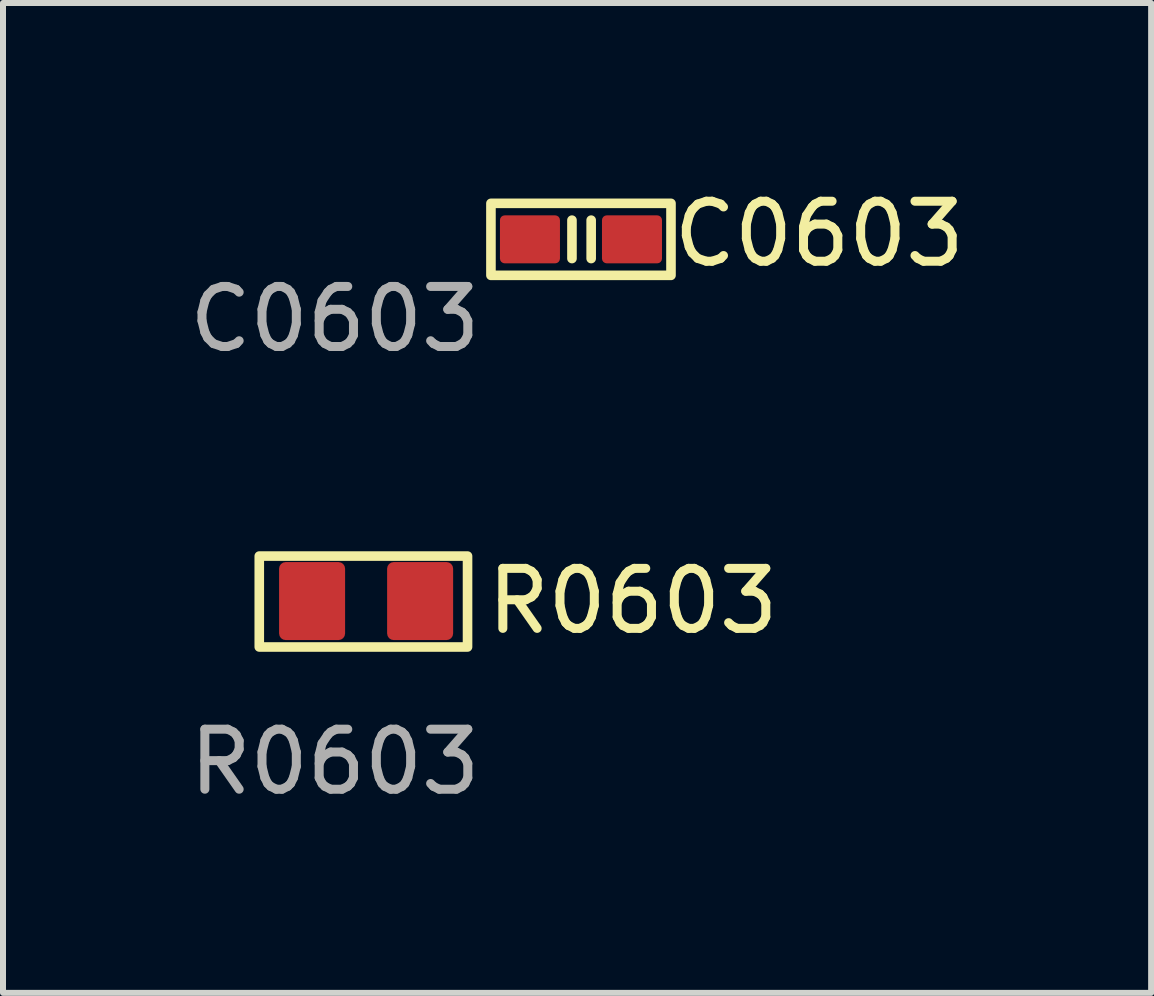
<source format=kicad_pcb>
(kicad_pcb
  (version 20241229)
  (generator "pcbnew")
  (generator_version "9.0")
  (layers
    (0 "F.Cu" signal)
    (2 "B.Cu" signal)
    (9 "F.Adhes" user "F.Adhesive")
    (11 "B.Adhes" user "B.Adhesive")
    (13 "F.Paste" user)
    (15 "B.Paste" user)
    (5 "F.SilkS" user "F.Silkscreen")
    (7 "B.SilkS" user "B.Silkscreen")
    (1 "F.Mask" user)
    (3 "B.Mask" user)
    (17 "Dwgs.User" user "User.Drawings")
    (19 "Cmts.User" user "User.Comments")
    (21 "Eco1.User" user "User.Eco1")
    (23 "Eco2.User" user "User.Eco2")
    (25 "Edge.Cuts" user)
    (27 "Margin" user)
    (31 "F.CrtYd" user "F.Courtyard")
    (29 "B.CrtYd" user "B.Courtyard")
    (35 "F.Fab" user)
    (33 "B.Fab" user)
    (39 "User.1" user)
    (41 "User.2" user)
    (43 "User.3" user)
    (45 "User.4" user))
  (footprint "R0603"
    (layer "F.Cu")
    (at 3.05 6.965)
    (property "Reference" "R0603" (at 4.445 0 0) (unlocked yes) (layer "F.SilkS") (effects (font (size 1 1) (thickness 0.15))))
    (attr smd)
    (fp_rect (start -1.78 -0.75) (end 1.69 0.765) (stroke (width 0.16) (type solid)) (fill no) (layer "F.SilkS"))
    (fp_text user "${REFERENCE}" (at -0.52 2.68 0) (unlocked yes) (layer "F.Fab") (effects (font (size 1 1) (thickness 0.15))))
    (pad "1" smd roundrect (at -0.9 0) (size 1.1 1.3) (layers "F.Cu" "F.Mask" "F.Paste") (roundrect_rratio 0.1))
    (pad "2" smd roundrect (at 0.9 0 180) (size 1.1 1.3) (layers "F.Cu" "F.Mask" "F.Paste") (roundrect_rratio 0.1)))
  (footprint "C0603"
    (layer "F.Cu")
    (at 6.63 0.938)
    (property "Reference" "C0603" (at 3.97 -0.09 0) (unlocked yes) (layer "F.SilkS") (effects (font (size 1 1) (thickness 0.15))))
    (attr smd)
    (fp_line (start -0.15 -0.32) (end -0.15 0.32) (stroke (width 0.16) (type solid)) (layer "F.SilkS"))
    (fp_line (start 0.17 -0.32) (end 0.17 0.32) (stroke (width 0.16) (type solid)) (layer "F.SilkS"))
    (fp_rect (start -1.5 -0.6) (end 1.5 0.6) (stroke (width 0.16) (type solid)) (fill no) (layer "F.SilkS"))
    (fp_text user "${REFERENCE}" (at -4.1 1.33 0) (unlocked yes) (layer "F.Fab") (effects (font (size 1 1) (thickness 0.15))))
    (pad "1" smd roundrect (at -0.85 0) (size 1 0.8) (layers "F.Cu" "F.Mask" "F.Paste") (roundrect_rratio 0.1))
    (pad "2" smd roundrect (at 0.85 0) (size 1 0.8) (layers "F.Cu" "F.Mask" "F.Paste") (roundrect_rratio 0.1)))
  (gr_rect
    (start -3 -3)
    (end 16.13 13.493)
    (stroke (width 0.1) (type default))
    (fill no)
    (layer "Edge.Cuts")))
</source>
